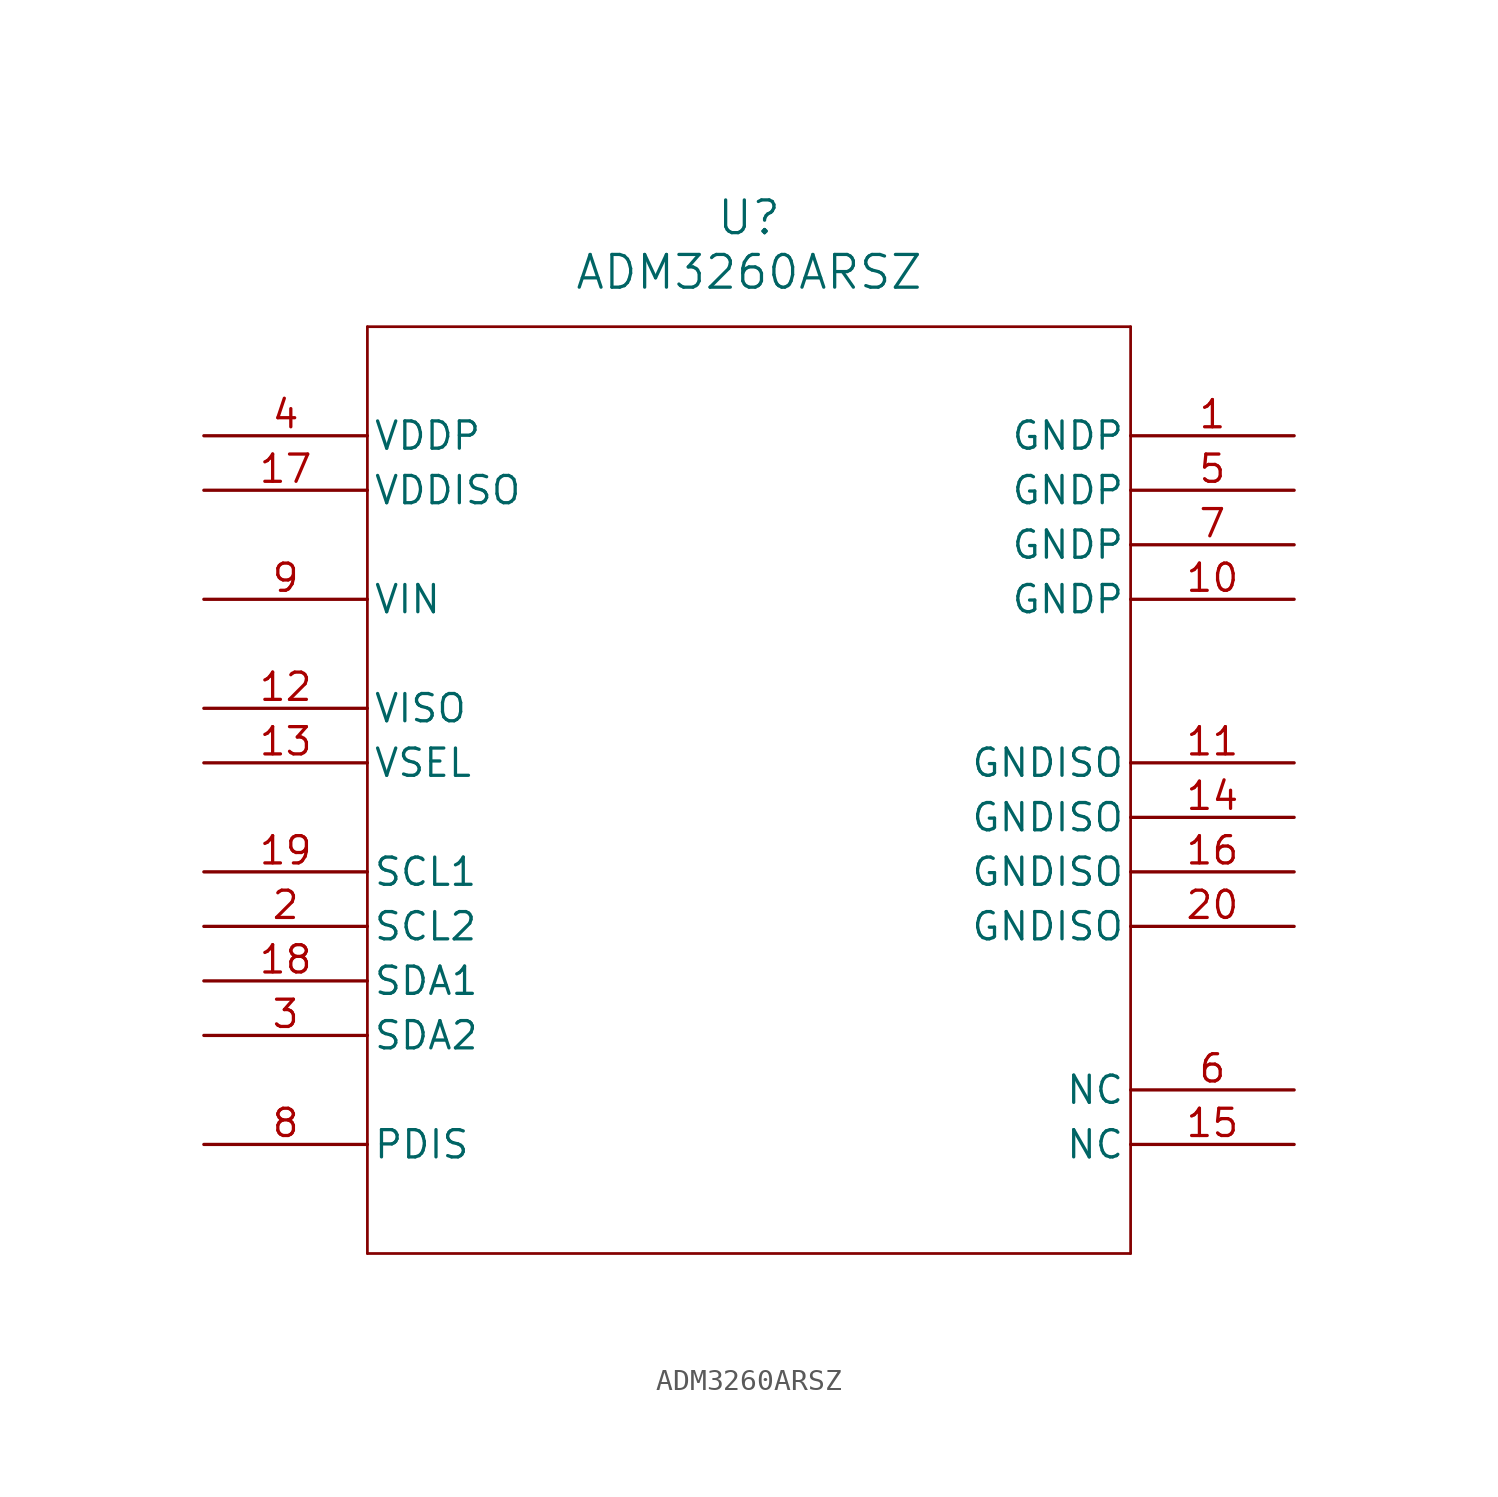
<source format=kicad_sym>
(kicad_symbol_lib
  (version 20211014)
  (generator kicad_symbol_editor)
  (symbol "ADM3260ARSZ"
    (pin_names
      (offset 0.254))
    (property "Reference" "U"
      (at 25.4 10.16 0)
      (effects (font (size 1.524 1.524))))
    (property "Value" "ADM3260ARSZ"
      (at 25.4 7.62 0)
      (effects (font (size 1.524 1.524))))
    (symbol "ADM3260ARSZ_0_1"
      (polyline (pts (xy 7.62 5.08) (xy 7.62 -38.1)) (stroke (width 0.127) (type default) (color 0 0 0 0)) (fill (type none)))
      (polyline (pts (xy 7.62 -38.1) (xy 43.18 -38.1)) (stroke (width 0.127) (type default) (color 0 0 0 0)) (fill (type none)))
      (polyline (pts (xy 43.18 -38.1) (xy 43.18 5.08)) (stroke (width 0.127) (type default) (color 0 0 0 0)) (fill (type none)))
      (polyline (pts (xy 43.18 5.08) (xy 7.62 5.08)) (stroke (width 0.127) (type default) (color 0 0 0 0)) (fill (type none)))
      (pin unspecified line (at 50.8 -15.24 180) (length 7.62) (name "GNDISO" (effects (font (size 1.27 1.27)))) (number "11" (effects (font (size 1.27 1.27)))))
      (pin unspecified line (at 50.8 -17.78 180) (length 7.62) (name "GNDISO" (effects (font (size 1.27 1.27)))) (number "14" (effects (font (size 1.27 1.27)))))
      (pin unspecified line (at 50.8 -20.32 180) (length 7.62) (name "GNDISO" (effects (font (size 1.27 1.27)))) (number "16" (effects (font (size 1.27 1.27)))))
      (pin unspecified line (at 50.8 -22.86 180) (length 7.62) (name "GNDISO" (effects (font (size 1.27 1.27)))) (number "20" (effects (font (size 1.27 1.27)))))
      (pin unspecified line (at 50.8 0 180) (length 7.62) (name "GNDP" (effects (font (size 1.27 1.27)))) (number "1" (effects (font (size 1.27 1.27)))))
      (pin unspecified line (at 50.8 -2.54 180) (length 7.62) (name "GNDP" (effects (font (size 1.27 1.27)))) (number "5" (effects (font (size 1.27 1.27)))))
      (pin unspecified line (at 50.8 -5.08 180) (length 7.62) (name "GNDP" (effects (font (size 1.27 1.27)))) (number "7" (effects (font (size 1.27 1.27)))))
      (pin unspecified line (at 50.8 -7.62 180) (length 7.62) (name "GNDP" (effects (font (size 1.27 1.27)))) (number "10" (effects (font (size 1.27 1.27)))))
      (pin unspecified line (at 50.8 -30.48 180) (length 7.62) (name "NC" (effects (font (size 1.27 1.27)))) (number "6" (effects (font (size 1.27 1.27)))))
      (pin unspecified line (at 50.8 -33.02 180) (length 7.62) (name "NC" (effects (font (size 1.27 1.27)))) (number "15" (effects (font (size 1.27 1.27)))))
      (pin unspecified line (at 0 -33.02 0) (length 7.62) (name "PDIS" (effects (font (size 1.27 1.27)))) (number "8" (effects (font (size 1.27 1.27)))))
      (pin unspecified line (at 0 -20.32 0) (length 7.62) (name "SCL1" (effects (font (size 1.27 1.27)))) (number "19" (effects (font (size 1.27 1.27)))))
      (pin unspecified line (at 0 -22.86 0) (length 7.62) (name "SCL2" (effects (font (size 1.27 1.27)))) (number "2" (effects (font (size 1.27 1.27)))))
      (pin unspecified line (at 0 -25.4 0) (length 7.62) (name "SDA1" (effects (font (size 1.27 1.27)))) (number "18" (effects (font (size 1.27 1.27)))))
      (pin unspecified line (at 0 -27.94 0) (length 7.62) (name "SDA2" (effects (font (size 1.27 1.27)))) (number "3" (effects (font (size 1.27 1.27)))))
      (pin unspecified line (at 0 -2.54 0) (length 7.62) (name "VDDISO" (effects (font (size 1.27 1.27)))) (number "17" (effects (font (size 1.27 1.27)))))
      (pin unspecified line (at 0 0 0) (length 7.62) (name "VDDP" (effects (font (size 1.27 1.27)))) (number "4" (effects (font (size 1.27 1.27)))))
      (pin unspecified line (at 0 -7.62 0) (length 7.62) (name "VIN" (effects (font (size 1.27 1.27)))) (number "9" (effects (font (size 1.27 1.27)))))
      (pin unspecified line (at 0 -12.7 0) (length 7.62) (name "VISO" (effects (font (size 1.27 1.27)))) (number "12" (effects (font (size 1.27 1.27)))))
      (pin unspecified line (at 0 -15.24 0) (length 7.62) (name "VSEL" (effects (font (size 1.27 1.27)))) (number "13" (effects (font (size 1.27 1.27))))))))
</source>
